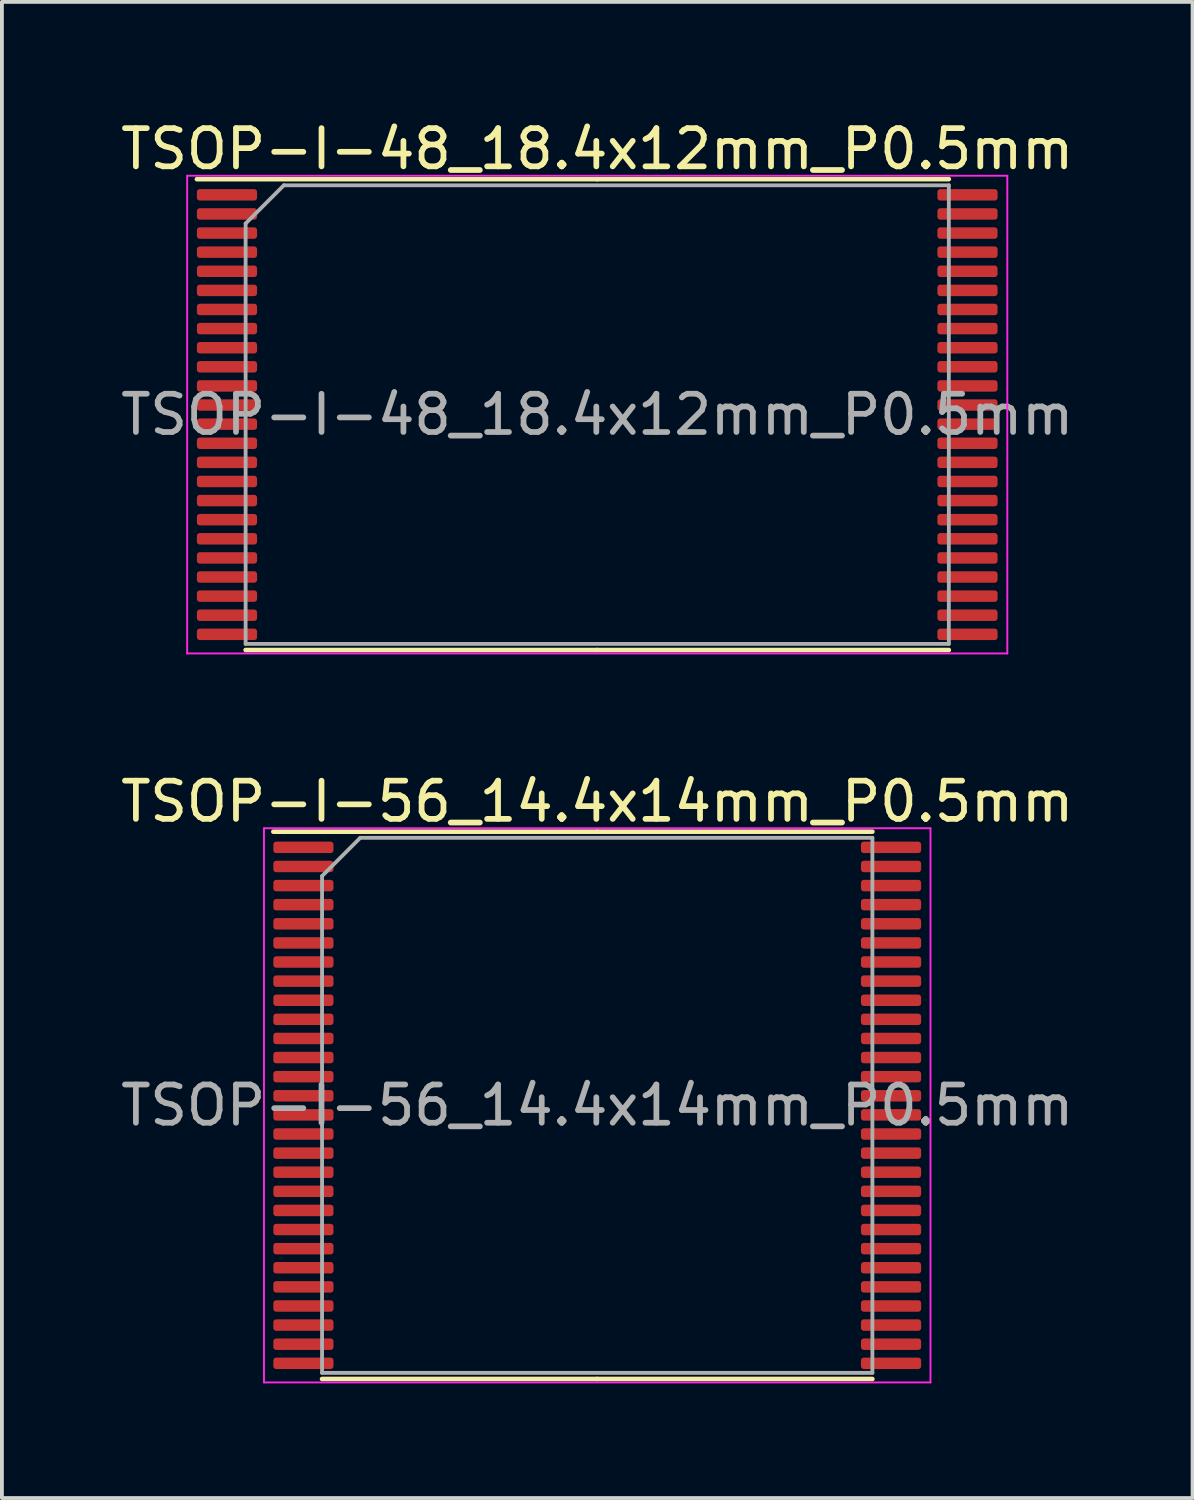
<source format=kicad_pcb>
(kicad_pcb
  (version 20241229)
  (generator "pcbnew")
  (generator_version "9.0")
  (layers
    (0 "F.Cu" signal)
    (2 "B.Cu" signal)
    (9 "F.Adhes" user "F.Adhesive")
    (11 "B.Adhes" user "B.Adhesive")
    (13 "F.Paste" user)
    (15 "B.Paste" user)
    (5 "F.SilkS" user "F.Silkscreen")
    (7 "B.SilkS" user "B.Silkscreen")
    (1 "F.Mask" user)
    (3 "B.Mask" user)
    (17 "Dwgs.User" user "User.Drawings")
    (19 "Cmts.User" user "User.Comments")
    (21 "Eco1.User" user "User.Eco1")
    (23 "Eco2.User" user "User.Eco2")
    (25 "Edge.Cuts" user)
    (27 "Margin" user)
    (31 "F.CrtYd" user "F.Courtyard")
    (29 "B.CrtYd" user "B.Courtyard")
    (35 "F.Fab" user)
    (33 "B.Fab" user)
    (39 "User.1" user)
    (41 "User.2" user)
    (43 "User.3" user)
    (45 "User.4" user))
  (footprint "TSOP-I-48_18.4x12mm_P0.5mm"
    (layer "F.Cu")
    (at 12.577 7.798)
    (property "Reference" "TSOP-I-48_18.4x12mm_P0.5mm" (at 0 -6.95 0) (layer "F.SilkS") (effects (font (size 1 1) (thickness 0.15))))
    (attr smd)
    (fp_line (start 0 -6.16) (end -10.475 -6.16) (stroke (width 0.12) (type solid)) (layer "F.SilkS"))
    (fp_line (start 0 -6.16) (end 9.2 -6.16) (stroke (width 0.12) (type solid)) (layer "F.SilkS"))
    (fp_line (start 0 6.16) (end -9.2 6.16) (stroke (width 0.12) (type solid)) (layer "F.SilkS"))
    (fp_line (start 0 6.16) (end 9.2 6.16) (stroke (width 0.12) (type solid)) (layer "F.SilkS"))
    (fp_line (start -10.73 -6.25) (end -10.73 6.25) (stroke (width 0.05) (type solid)) (layer "F.CrtYd"))
    (fp_line (start -10.73 6.25) (end 10.73 6.25) (stroke (width 0.05) (type solid)) (layer "F.CrtYd"))
    (fp_line (start 10.73 -6.25) (end -10.73 -6.25) (stroke (width 0.05) (type solid)) (layer "F.CrtYd"))
    (fp_line (start 10.73 6.25) (end 10.73 -6.25) (stroke (width 0.05) (type solid)) (layer "F.CrtYd"))
    (fp_line (start -9.2 -5) (end -8.2 -6) (stroke (width 0.1) (type solid)) (layer "F.Fab"))
    (fp_line (start -9.2 6) (end -9.2 -5) (stroke (width 0.1) (type solid)) (layer "F.Fab"))
    (fp_line (start -8.2 -6) (end 9.2 -6) (stroke (width 0.1) (type solid)) (layer "F.Fab"))
    (fp_line (start 9.2 -6) (end 9.2 6) (stroke (width 0.1) (type solid)) (layer "F.Fab"))
    (fp_line (start 9.2 6) (end -9.2 6) (stroke (width 0.1) (type solid)) (layer "F.Fab"))
    (fp_text user "${REFERENCE}" (at 0 0 0) (layer "F.Fab") (effects (font (size 1 1) (thickness 0.15))))
    (pad "1" smd roundrect (at -9.688 -5.75) (size 1.575 0.3) (layers "F.Cu" "F.Mask" "F.Paste") (roundrect_rratio 0.25))
    (pad "2" smd roundrect (at -9.688 -5.25) (size 1.575 0.3) (layers "F.Cu" "F.Mask" "F.Paste") (roundrect_rratio 0.25))
    (pad "3" smd roundrect (at -9.688 -4.75) (size 1.575 0.3) (layers "F.Cu" "F.Mask" "F.Paste") (roundrect_rratio 0.25))
    (pad "4" smd roundrect (at -9.688 -4.25) (size 1.575 0.3) (layers "F.Cu" "F.Mask" "F.Paste") (roundrect_rratio 0.25))
    (pad "5" smd roundrect (at -9.688 -3.75) (size 1.575 0.3) (layers "F.Cu" "F.Mask" "F.Paste") (roundrect_rratio 0.25))
    (pad "6" smd roundrect (at -9.688 -3.25) (size 1.575 0.3) (layers "F.Cu" "F.Mask" "F.Paste") (roundrect_rratio 0.25))
    (pad "7" smd roundrect (at -9.688 -2.75) (size 1.575 0.3) (layers "F.Cu" "F.Mask" "F.Paste") (roundrect_rratio 0.25))
    (pad "8" smd roundrect (at -9.688 -2.25) (size 1.575 0.3) (layers "F.Cu" "F.Mask" "F.Paste") (roundrect_rratio 0.25))
    (pad "9" smd roundrect (at -9.688 -1.75) (size 1.575 0.3) (layers "F.Cu" "F.Mask" "F.Paste") (roundrect_rratio 0.25))
    (pad "10" smd roundrect (at -9.688 -1.25) (size 1.575 0.3) (layers "F.Cu" "F.Mask" "F.Paste") (roundrect_rratio 0.25))
    (pad "11" smd roundrect (at -9.688 -0.75) (size 1.575 0.3) (layers "F.Cu" "F.Mask" "F.Paste") (roundrect_rratio 0.25))
    (pad "12" smd roundrect (at -9.688 -0.25) (size 1.575 0.3) (layers "F.Cu" "F.Mask" "F.Paste") (roundrect_rratio 0.25))
    (pad "13" smd roundrect (at -9.688 0.25) (size 1.575 0.3) (layers "F.Cu" "F.Mask" "F.Paste") (roundrect_rratio 0.25))
    (pad "14" smd roundrect (at -9.688 0.75) (size 1.575 0.3) (layers "F.Cu" "F.Mask" "F.Paste") (roundrect_rratio 0.25))
    (pad "15" smd roundrect (at -9.688 1.25) (size 1.575 0.3) (layers "F.Cu" "F.Mask" "F.Paste") (roundrect_rratio 0.25))
    (pad "16" smd roundrect (at -9.688 1.75) (size 1.575 0.3) (layers "F.Cu" "F.Mask" "F.Paste") (roundrect_rratio 0.25))
    (pad "17" smd roundrect (at -9.688 2.25) (size 1.575 0.3) (layers "F.Cu" "F.Mask" "F.Paste") (roundrect_rratio 0.25))
    (pad "18" smd roundrect (at -9.688 2.75) (size 1.575 0.3) (layers "F.Cu" "F.Mask" "F.Paste") (roundrect_rratio 0.25))
    (pad "19" smd roundrect (at -9.688 3.25) (size 1.575 0.3) (layers "F.Cu" "F.Mask" "F.Paste") (roundrect_rratio 0.25))
    (pad "20" smd roundrect (at -9.688 3.75) (size 1.575 0.3) (layers "F.Cu" "F.Mask" "F.Paste") (roundrect_rratio 0.25))
    (pad "21" smd roundrect (at -9.688 4.25) (size 1.575 0.3) (layers "F.Cu" "F.Mask" "F.Paste") (roundrect_rratio 0.25))
    (pad "22" smd roundrect (at -9.688 4.75) (size 1.575 0.3) (layers "F.Cu" "F.Mask" "F.Paste") (roundrect_rratio 0.25))
    (pad "23" smd roundrect (at -9.688 5.25) (size 1.575 0.3) (layers "F.Cu" "F.Mask" "F.Paste") (roundrect_rratio 0.25))
    (pad "24" smd roundrect (at -9.688 5.75) (size 1.575 0.3) (layers "F.Cu" "F.Mask" "F.Paste") (roundrect_rratio 0.25))
    (pad "25" smd roundrect (at 9.688 5.75) (size 1.575 0.3) (layers "F.Cu" "F.Mask" "F.Paste") (roundrect_rratio 0.25))
    (pad "26" smd roundrect (at 9.688 5.25) (size 1.575 0.3) (layers "F.Cu" "F.Mask" "F.Paste") (roundrect_rratio 0.25))
    (pad "27" smd roundrect (at 9.688 4.75) (size 1.575 0.3) (layers "F.Cu" "F.Mask" "F.Paste") (roundrect_rratio 0.25))
    (pad "28" smd roundrect (at 9.688 4.25) (size 1.575 0.3) (layers "F.Cu" "F.Mask" "F.Paste") (roundrect_rratio 0.25))
    (pad "29" smd roundrect (at 9.688 3.75) (size 1.575 0.3) (layers "F.Cu" "F.Mask" "F.Paste") (roundrect_rratio 0.25))
    (pad "30" smd roundrect (at 9.688 3.25) (size 1.575 0.3) (layers "F.Cu" "F.Mask" "F.Paste") (roundrect_rratio 0.25))
    (pad "31" smd roundrect (at 9.688 2.75) (size 1.575 0.3) (layers "F.Cu" "F.Mask" "F.Paste") (roundrect_rratio 0.25))
    (pad "32" smd roundrect (at 9.688 2.25) (size 1.575 0.3) (layers "F.Cu" "F.Mask" "F.Paste") (roundrect_rratio 0.25))
    (pad "33" smd roundrect (at 9.688 1.75) (size 1.575 0.3) (layers "F.Cu" "F.Mask" "F.Paste") (roundrect_rratio 0.25))
    (pad "34" smd roundrect (at 9.688 1.25) (size 1.575 0.3) (layers "F.Cu" "F.Mask" "F.Paste") (roundrect_rratio 0.25))
    (pad "35" smd roundrect (at 9.688 0.75) (size 1.575 0.3) (layers "F.Cu" "F.Mask" "F.Paste") (roundrect_rratio 0.25))
    (pad "36" smd roundrect (at 9.688 0.25) (size 1.575 0.3) (layers "F.Cu" "F.Mask" "F.Paste") (roundrect_rratio 0.25))
    (pad "37" smd roundrect (at 9.688 -0.25) (size 1.575 0.3) (layers "F.Cu" "F.Mask" "F.Paste") (roundrect_rratio 0.25))
    (pad "38" smd roundrect (at 9.688 -0.75) (size 1.575 0.3) (layers "F.Cu" "F.Mask" "F.Paste") (roundrect_rratio 0.25))
    (pad "39" smd roundrect (at 9.688 -1.25) (size 1.575 0.3) (layers "F.Cu" "F.Mask" "F.Paste") (roundrect_rratio 0.25))
    (pad "40" smd roundrect (at 9.688 -1.75) (size 1.575 0.3) (layers "F.Cu" "F.Mask" "F.Paste") (roundrect_rratio 0.25))
    (pad "41" smd roundrect (at 9.688 -2.25) (size 1.575 0.3) (layers "F.Cu" "F.Mask" "F.Paste") (roundrect_rratio 0.25))
    (pad "42" smd roundrect (at 9.688 -2.75) (size 1.575 0.3) (layers "F.Cu" "F.Mask" "F.Paste") (roundrect_rratio 0.25))
    (pad "43" smd roundrect (at 9.688 -3.25) (size 1.575 0.3) (layers "F.Cu" "F.Mask" "F.Paste") (roundrect_rratio 0.25))
    (pad "44" smd roundrect (at 9.688 -3.75) (size 1.575 0.3) (layers "F.Cu" "F.Mask" "F.Paste") (roundrect_rratio 0.25))
    (pad "45" smd roundrect (at 9.688 -4.25) (size 1.575 0.3) (layers "F.Cu" "F.Mask" "F.Paste") (roundrect_rratio 0.25))
    (pad "46" smd roundrect (at 9.688 -4.75) (size 1.575 0.3) (layers "F.Cu" "F.Mask" "F.Paste") (roundrect_rratio 0.25))
    (pad "47" smd roundrect (at 9.688 -5.25) (size 1.575 0.3) (layers "F.Cu" "F.Mask" "F.Paste") (roundrect_rratio 0.25))
    (pad "48" smd roundrect (at 9.688 -5.75) (size 1.575 0.3) (layers "F.Cu" "F.Mask" "F.Paste") (roundrect_rratio 0.25)))
  (footprint "TSOP-I-56_14.4x14mm_P0.5mm"
    (layer "F.Cu")
    (at 12.577 25.872)
    (property "Reference" "TSOP-I-56_14.4x14mm_P0.5mm" (at 0 -7.95 0) (layer "F.SilkS") (effects (font (size 1 1) (thickness 0.15))))
    (attr smd)
    (fp_line (start 0 -7.16) (end -8.475 -7.16) (stroke (width 0.12) (type solid)) (layer "F.SilkS"))
    (fp_line (start 0 -7.16) (end 7.2 -7.16) (stroke (width 0.12) (type solid)) (layer "F.SilkS"))
    (fp_line (start 0 7.16) (end -7.2 7.16) (stroke (width 0.12) (type solid)) (layer "F.SilkS"))
    (fp_line (start 0 7.16) (end 7.2 7.16) (stroke (width 0.12) (type solid)) (layer "F.SilkS"))
    (fp_line (start -8.72 -7.25) (end -8.72 7.25) (stroke (width 0.05) (type solid)) (layer "F.CrtYd"))
    (fp_line (start -8.72 7.25) (end 8.72 7.25) (stroke (width 0.05) (type solid)) (layer "F.CrtYd"))
    (fp_line (start 8.72 -7.25) (end -8.72 -7.25) (stroke (width 0.05) (type solid)) (layer "F.CrtYd"))
    (fp_line (start 8.72 7.25) (end 8.72 -7.25) (stroke (width 0.05) (type solid)) (layer "F.CrtYd"))
    (fp_line (start -7.2 -6) (end -6.2 -7) (stroke (width 0.1) (type solid)) (layer "F.Fab"))
    (fp_line (start -7.2 7) (end -7.2 -6) (stroke (width 0.1) (type solid)) (layer "F.Fab"))
    (fp_line (start -6.2 -7) (end 7.2 -7) (stroke (width 0.1) (type solid)) (layer "F.Fab"))
    (fp_line (start 7.2 -7) (end 7.2 7) (stroke (width 0.1) (type solid)) (layer "F.Fab"))
    (fp_line (start 7.2 7) (end -7.2 7) (stroke (width 0.1) (type solid)) (layer "F.Fab"))
    (fp_text user "${REFERENCE}" (at 0 0 0) (layer "F.Fab") (effects (font (size 1 1) (thickness 0.15))))
    (pad "1" smd roundrect (at -7.688 -6.75) (size 1.575 0.3) (layers "F.Cu" "F.Mask" "F.Paste") (roundrect_rratio 0.25))
    (pad "2" smd roundrect (at -7.688 -6.25) (size 1.575 0.3) (layers "F.Cu" "F.Mask" "F.Paste") (roundrect_rratio 0.25))
    (pad "3" smd roundrect (at -7.688 -5.75) (size 1.575 0.3) (layers "F.Cu" "F.Mask" "F.Paste") (roundrect_rratio 0.25))
    (pad "4" smd roundrect (at -7.688 -5.25) (size 1.575 0.3) (layers "F.Cu" "F.Mask" "F.Paste") (roundrect_rratio 0.25))
    (pad "5" smd roundrect (at -7.688 -4.75) (size 1.575 0.3) (layers "F.Cu" "F.Mask" "F.Paste") (roundrect_rratio 0.25))
    (pad "6" smd roundrect (at -7.688 -4.25) (size 1.575 0.3) (layers "F.Cu" "F.Mask" "F.Paste") (roundrect_rratio 0.25))
    (pad "7" smd roundrect (at -7.688 -3.75) (size 1.575 0.3) (layers "F.Cu" "F.Mask" "F.Paste") (roundrect_rratio 0.25))
    (pad "8" smd roundrect (at -7.688 -3.25) (size 1.575 0.3) (layers "F.Cu" "F.Mask" "F.Paste") (roundrect_rratio 0.25))
    (pad "9" smd roundrect (at -7.688 -2.75) (size 1.575 0.3) (layers "F.Cu" "F.Mask" "F.Paste") (roundrect_rratio 0.25))
    (pad "10" smd roundrect (at -7.688 -2.25) (size 1.575 0.3) (layers "F.Cu" "F.Mask" "F.Paste") (roundrect_rratio 0.25))
    (pad "11" smd roundrect (at -7.688 -1.75) (size 1.575 0.3) (layers "F.Cu" "F.Mask" "F.Paste") (roundrect_rratio 0.25))
    (pad "12" smd roundrect (at -7.688 -1.25) (size 1.575 0.3) (layers "F.Cu" "F.Mask" "F.Paste") (roundrect_rratio 0.25))
    (pad "13" smd roundrect (at -7.688 -0.75) (size 1.575 0.3) (layers "F.Cu" "F.Mask" "F.Paste") (roundrect_rratio 0.25))
    (pad "14" smd roundrect (at -7.688 -0.25) (size 1.575 0.3) (layers "F.Cu" "F.Mask" "F.Paste") (roundrect_rratio 0.25))
    (pad "15" smd roundrect (at -7.688 0.25) (size 1.575 0.3) (layers "F.Cu" "F.Mask" "F.Paste") (roundrect_rratio 0.25))
    (pad "16" smd roundrect (at -7.688 0.75) (size 1.575 0.3) (layers "F.Cu" "F.Mask" "F.Paste") (roundrect_rratio 0.25))
    (pad "17" smd roundrect (at -7.688 1.25) (size 1.575 0.3) (layers "F.Cu" "F.Mask" "F.Paste") (roundrect_rratio 0.25))
    (pad "18" smd roundrect (at -7.688 1.75) (size 1.575 0.3) (layers "F.Cu" "F.Mask" "F.Paste") (roundrect_rratio 0.25))
    (pad "19" smd roundrect (at -7.688 2.25) (size 1.575 0.3) (layers "F.Cu" "F.Mask" "F.Paste") (roundrect_rratio 0.25))
    (pad "20" smd roundrect (at -7.688 2.75) (size 1.575 0.3) (layers "F.Cu" "F.Mask" "F.Paste") (roundrect_rratio 0.25))
    (pad "21" smd roundrect (at -7.688 3.25) (size 1.575 0.3) (layers "F.Cu" "F.Mask" "F.Paste") (roundrect_rratio 0.25))
    (pad "22" smd roundrect (at -7.688 3.75) (size 1.575 0.3) (layers "F.Cu" "F.Mask" "F.Paste") (roundrect_rratio 0.25))
    (pad "23" smd roundrect (at -7.688 4.25) (size 1.575 0.3) (layers "F.Cu" "F.Mask" "F.Paste") (roundrect_rratio 0.25))
    (pad "24" smd roundrect (at -7.688 4.75) (size 1.575 0.3) (layers "F.Cu" "F.Mask" "F.Paste") (roundrect_rratio 0.25))
    (pad "25" smd roundrect (at -7.688 5.25) (size 1.575 0.3) (layers "F.Cu" "F.Mask" "F.Paste") (roundrect_rratio 0.25))
    (pad "26" smd roundrect (at -7.688 5.75) (size 1.575 0.3) (layers "F.Cu" "F.Mask" "F.Paste") (roundrect_rratio 0.25))
    (pad "27" smd roundrect (at -7.688 6.25) (size 1.575 0.3) (layers "F.Cu" "F.Mask" "F.Paste") (roundrect_rratio 0.25))
    (pad "28" smd roundrect (at -7.688 6.75) (size 1.575 0.3) (layers "F.Cu" "F.Mask" "F.Paste") (roundrect_rratio 0.25))
    (pad "29" smd roundrect (at 7.688 6.75) (size 1.575 0.3) (layers "F.Cu" "F.Mask" "F.Paste") (roundrect_rratio 0.25))
    (pad "30" smd roundrect (at 7.688 6.25) (size 1.575 0.3) (layers "F.Cu" "F.Mask" "F.Paste") (roundrect_rratio 0.25))
    (pad "31" smd roundrect (at 7.688 5.75) (size 1.575 0.3) (layers "F.Cu" "F.Mask" "F.Paste") (roundrect_rratio 0.25))
    (pad "32" smd roundrect (at 7.688 5.25) (size 1.575 0.3) (layers "F.Cu" "F.Mask" "F.Paste") (roundrect_rratio 0.25))
    (pad "33" smd roundrect (at 7.688 4.75) (size 1.575 0.3) (layers "F.Cu" "F.Mask" "F.Paste") (roundrect_rratio 0.25))
    (pad "34" smd roundrect (at 7.688 4.25) (size 1.575 0.3) (layers "F.Cu" "F.Mask" "F.Paste") (roundrect_rratio 0.25))
    (pad "35" smd roundrect (at 7.688 3.75) (size 1.575 0.3) (layers "F.Cu" "F.Mask" "F.Paste") (roundrect_rratio 0.25))
    (pad "36" smd roundrect (at 7.688 3.25) (size 1.575 0.3) (layers "F.Cu" "F.Mask" "F.Paste") (roundrect_rratio 0.25))
    (pad "37" smd roundrect (at 7.688 2.75) (size 1.575 0.3) (layers "F.Cu" "F.Mask" "F.Paste") (roundrect_rratio 0.25))
    (pad "38" smd roundrect (at 7.688 2.25) (size 1.575 0.3) (layers "F.Cu" "F.Mask" "F.Paste") (roundrect_rratio 0.25))
    (pad "39" smd roundrect (at 7.688 1.75) (size 1.575 0.3) (layers "F.Cu" "F.Mask" "F.Paste") (roundrect_rratio 0.25))
    (pad "40" smd roundrect (at 7.688 1.25) (size 1.575 0.3) (layers "F.Cu" "F.Mask" "F.Paste") (roundrect_rratio 0.25))
    (pad "41" smd roundrect (at 7.688 0.75) (size 1.575 0.3) (layers "F.Cu" "F.Mask" "F.Paste") (roundrect_rratio 0.25))
    (pad "42" smd roundrect (at 7.688 0.25) (size 1.575 0.3) (layers "F.Cu" "F.Mask" "F.Paste") (roundrect_rratio 0.25))
    (pad "43" smd roundrect (at 7.688 -0.25) (size 1.575 0.3) (layers "F.Cu" "F.Mask" "F.Paste") (roundrect_rratio 0.25))
    (pad "44" smd roundrect (at 7.688 -0.75) (size 1.575 0.3) (layers "F.Cu" "F.Mask" "F.Paste") (roundrect_rratio 0.25))
    (pad "45" smd roundrect (at 7.688 -1.25) (size 1.575 0.3) (layers "F.Cu" "F.Mask" "F.Paste") (roundrect_rratio 0.25))
    (pad "46" smd roundrect (at 7.688 -1.75) (size 1.575 0.3) (layers "F.Cu" "F.Mask" "F.Paste") (roundrect_rratio 0.25))
    (pad "47" smd roundrect (at 7.688 -2.25) (size 1.575 0.3) (layers "F.Cu" "F.Mask" "F.Paste") (roundrect_rratio 0.25))
    (pad "48" smd roundrect (at 7.688 -2.75) (size 1.575 0.3) (layers "F.Cu" "F.Mask" "F.Paste") (roundrect_rratio 0.25))
    (pad "49" smd roundrect (at 7.688 -3.25) (size 1.575 0.3) (layers "F.Cu" "F.Mask" "F.Paste") (roundrect_rratio 0.25))
    (pad "50" smd roundrect (at 7.688 -3.75) (size 1.575 0.3) (layers "F.Cu" "F.Mask" "F.Paste") (roundrect_rratio 0.25))
    (pad "51" smd roundrect (at 7.688 -4.25) (size 1.575 0.3) (layers "F.Cu" "F.Mask" "F.Paste") (roundrect_rratio 0.25))
    (pad "52" smd roundrect (at 7.688 -4.75) (size 1.575 0.3) (layers "F.Cu" "F.Mask" "F.Paste") (roundrect_rratio 0.25))
    (pad "53" smd roundrect (at 7.688 -5.25) (size 1.575 0.3) (layers "F.Cu" "F.Mask" "F.Paste") (roundrect_rratio 0.25))
    (pad "54" smd roundrect (at 7.688 -5.75) (size 1.575 0.3) (layers "F.Cu" "F.Mask" "F.Paste") (roundrect_rratio 0.25))
    (pad "55" smd roundrect (at 7.688 -6.25) (size 1.575 0.3) (layers "F.Cu" "F.Mask" "F.Paste") (roundrect_rratio 0.25))
    (pad "56" smd roundrect (at 7.688 -6.75) (size 1.575 0.3) (layers "F.Cu" "F.Mask" "F.Paste") (roundrect_rratio 0.25)))
  (gr_rect
    (start -3 -3)
    (end 28.155 36.147)
    (stroke (width 0.1) (type default))
    (fill no)
    (layer "Edge.Cuts")))
</source>
